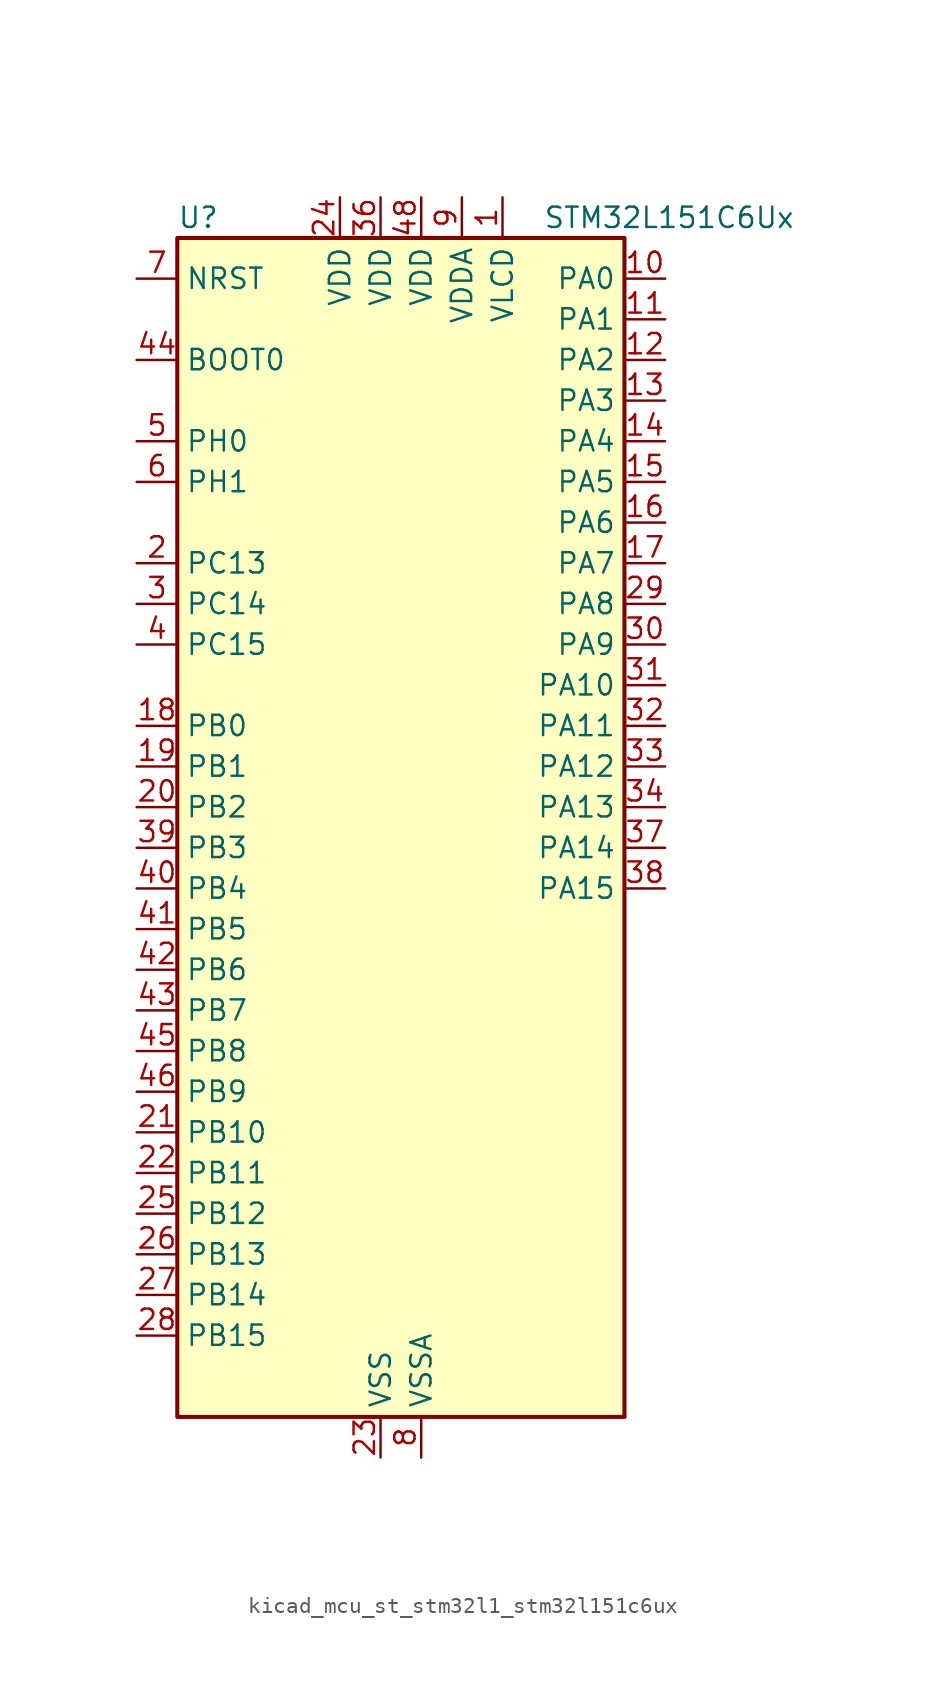
<source format=kicad_sym>
(kicad_symbol_lib
  (version 20220914)
  (generator kicad_symbol_editor)
  (symbol "kicad_mcu_st_stm32l1_stm32l151c6ux"
    (property "Reference" "U"
      (at -12.7 39.37 0)
      (effects (font (size 1.27 1.27)) (justify left)))
    (property "Value" "STM32L151C6Ux"
      (at 10.16 39.37 0)
      (effects (font (size 1.27 1.27)) (justify left)))
    (property "ki_locked" ""
      (at 0 0 0)
      (effects (font (size 1.27 1.27))))
    (symbol "kicad_mcu_st_stm32l1_stm32l151c6ux_0_1"
      (rectangle (start -12.7 -35.56) (end 15.24 38.1) (stroke (width 0.254) (type default)) (fill (type background))))
    (symbol "kicad_mcu_st_stm32l1_stm32l151c6ux_1_1"
      (pin power_in line (at 7.62 40.64 270) (length 2.54) (name "VLCD" (effects (font (size 1.27 1.27)))) (number "1" (effects (font (size 1.27 1.27)))))
      (pin bidirectional line (at 17.78 35.56 180) (length 2.54) (name "PA0" (effects (font (size 1.27 1.27)))) (number "10" (effects (font (size 1.27 1.27)))) (alternate "ADC_IN0" bidirectional line) (alternate "COMP1_INP" bidirectional line) (alternate "SYS_WKUP1" bidirectional line) (alternate "TIM2_CH1" bidirectional line) (alternate "TIM2_ETR" bidirectional line) (alternate "TIMX_IC1" bidirectional line) (alternate "TS_G1_IO1" bidirectional line) (alternate "USART2_CTS" bidirectional line))
      (pin bidirectional line (at 17.78 33.02 180) (length 2.54) (name "PA1" (effects (font (size 1.27 1.27)))) (number "11" (effects (font (size 1.27 1.27)))) (alternate "ADC_IN1" bidirectional line) (alternate "COMP1_INP" bidirectional line) (alternate "TIM2_CH2" bidirectional line) (alternate "TIMX_IC2" bidirectional line) (alternate "TS_G1_IO2" bidirectional line) (alternate "USART2_RTS" bidirectional line))
      (pin bidirectional line (at 17.78 30.48 180) (length 2.54) (name "PA2" (effects (font (size 1.27 1.27)))) (number "12" (effects (font (size 1.27 1.27)))) (alternate "ADC_IN2" bidirectional line) (alternate "COMP1_INP" bidirectional line) (alternate "TIM2_CH3" bidirectional line) (alternate "TIM9_CH1" bidirectional line) (alternate "TIMX_IC3" bidirectional line) (alternate "TS_G1_IO3" bidirectional line) (alternate "USART2_TX" bidirectional line))
      (pin bidirectional line (at 17.78 27.94 180) (length 2.54) (name "PA3" (effects (font (size 1.27 1.27)))) (number "13" (effects (font (size 1.27 1.27)))) (alternate "ADC_IN3" bidirectional line) (alternate "COMP1_INP" bidirectional line) (alternate "TIM2_CH4" bidirectional line) (alternate "TIM9_CH2" bidirectional line) (alternate "TIMX_IC4" bidirectional line) (alternate "TS_G1_IO4" bidirectional line) (alternate "USART2_RX" bidirectional line))
      (pin bidirectional line (at 17.78 25.4 180) (length 2.54) (name "PA4" (effects (font (size 1.27 1.27)))) (number "14" (effects (font (size 1.27 1.27)))) (alternate "ADC_IN4" bidirectional line) (alternate "COMP1_INP" bidirectional line) (alternate "DAC_OUT1" bidirectional line) (alternate "SPI1_NSS" bidirectional line) (alternate "TIMX_IC1" bidirectional line) (alternate "USART2_CK" bidirectional line))
      (pin bidirectional line (at 17.78 22.86 180) (length 2.54) (name "PA5" (effects (font (size 1.27 1.27)))) (number "15" (effects (font (size 1.27 1.27)))) (alternate "ADC_IN5" bidirectional line) (alternate "COMP1_INP" bidirectional line) (alternate "DAC_OUT2" bidirectional line) (alternate "SPI1_SCK" bidirectional line) (alternate "TIM2_CH1" bidirectional line) (alternate "TIM2_ETR" bidirectional line) (alternate "TIMX_IC2" bidirectional line))
      (pin bidirectional line (at 17.78 20.32 180) (length 2.54) (name "PA6" (effects (font (size 1.27 1.27)))) (number "16" (effects (font (size 1.27 1.27)))) (alternate "ADC_IN6" bidirectional line) (alternate "COMP1_INP" bidirectional line) (alternate "SPI1_MISO" bidirectional line) (alternate "TIM10_CH1" bidirectional line) (alternate "TIM3_CH1" bidirectional line) (alternate "TIMX_IC3" bidirectional line) (alternate "TS_G2_IO1" bidirectional line))
      (pin bidirectional line (at 17.78 17.78 180) (length 2.54) (name "PA7" (effects (font (size 1.27 1.27)))) (number "17" (effects (font (size 1.27 1.27)))) (alternate "ADC_IN7" bidirectional line) (alternate "COMP1_INP" bidirectional line) (alternate "SPI1_MOSI" bidirectional line) (alternate "TIM11_CH1" bidirectional line) (alternate "TIM3_CH2" bidirectional line) (alternate "TIMX_IC4" bidirectional line) (alternate "TS_G2_IO2" bidirectional line))
      (pin bidirectional line (at -15.24 7.62 0) (length 2.54) (name "PB0" (effects (font (size 1.27 1.27)))) (number "18" (effects (font (size 1.27 1.27)))) (alternate "ADC_IN8" bidirectional line) (alternate "COMP1_INP" bidirectional line) (alternate "SYS_V_REF_OUT" bidirectional line) (alternate "TIM3_CH3" bidirectional line) (alternate "TS_G3_IO1" bidirectional line))
      (pin bidirectional line (at -15.24 5.08 0) (length 2.54) (name "PB1" (effects (font (size 1.27 1.27)))) (number "19" (effects (font (size 1.27 1.27)))) (alternate "ADC_IN9" bidirectional line) (alternate "COMP1_INP" bidirectional line) (alternate "SYS_V_REF_OUT" bidirectional line) (alternate "TIM3_CH4" bidirectional line) (alternate "TS_G3_IO2" bidirectional line))
      (pin bidirectional line (at -15.24 17.78 0) (length 2.54) (name "PC13" (effects (font (size 1.27 1.27)))) (number "2" (effects (font (size 1.27 1.27)))) (alternate "RTC_OUT_ALARM" bidirectional line) (alternate "RTC_OUT_CALIB" bidirectional line) (alternate "RTC_TAMP1" bidirectional line) (alternate "RTC_TS" bidirectional line) (alternate "SYS_WKUP2" bidirectional line) (alternate "TIMX_IC2" bidirectional line))
      (pin bidirectional line (at -15.24 2.54 0) (length 2.54) (name "PB2" (effects (font (size 1.27 1.27)))) (number "20" (effects (font (size 1.27 1.27)))))
      (pin bidirectional line (at -15.24 -17.78 0) (length 2.54) (name "PB10" (effects (font (size 1.27 1.27)))) (number "21" (effects (font (size 1.27 1.27)))) (alternate "I2C2_SCL" bidirectional line) (alternate "TIM2_CH3" bidirectional line) (alternate "USART3_TX" bidirectional line))
      (pin bidirectional line (at -15.24 -20.32 0) (length 2.54) (name "PB11" (effects (font (size 1.27 1.27)))) (number "22" (effects (font (size 1.27 1.27)))) (alternate "ADC_EXTI11" bidirectional line) (alternate "I2C2_SDA" bidirectional line) (alternate "TIM2_CH4" bidirectional line) (alternate "USART3_RX" bidirectional line))
      (pin power_in line (at 0 -38.1 90) (length 2.54) (name "VSS" (effects (font (size 1.27 1.27)))) (number "23" (effects (font (size 1.27 1.27)))))
      (pin power_in line (at -2.54 40.64 270) (length 2.54) (name "VDD" (effects (font (size 1.27 1.27)))) (number "24" (effects (font (size 1.27 1.27)))))
      (pin bidirectional line (at -15.24 -22.86 0) (length 2.54) (name "PB12" (effects (font (size 1.27 1.27)))) (number "25" (effects (font (size 1.27 1.27)))) (alternate "ADC_IN18" bidirectional line) (alternate "COMP1_INP" bidirectional line) (alternate "I2C2_SMBA" bidirectional line) (alternate "SPI2_NSS" bidirectional line) (alternate "TIM10_CH1" bidirectional line) (alternate "TS_G7_IO1" bidirectional line) (alternate "USART3_CK" bidirectional line))
      (pin bidirectional line (at -15.24 -25.4 0) (length 2.54) (name "PB13" (effects (font (size 1.27 1.27)))) (number "26" (effects (font (size 1.27 1.27)))) (alternate "ADC_IN19" bidirectional line) (alternate "COMP1_INP" bidirectional line) (alternate "SPI2_SCK" bidirectional line) (alternate "TIM9_CH1" bidirectional line) (alternate "TS_G7_IO2" bidirectional line) (alternate "USART3_CTS" bidirectional line))
      (pin bidirectional line (at -15.24 -27.94 0) (length 2.54) (name "PB14" (effects (font (size 1.27 1.27)))) (number "27" (effects (font (size 1.27 1.27)))) (alternate "ADC_IN20" bidirectional line) (alternate "COMP1_INP" bidirectional line) (alternate "SPI2_MISO" bidirectional line) (alternate "TIM9_CH2" bidirectional line) (alternate "TS_G7_IO3" bidirectional line) (alternate "USART3_RTS" bidirectional line))
      (pin bidirectional line (at -15.24 -30.48 0) (length 2.54) (name "PB15" (effects (font (size 1.27 1.27)))) (number "28" (effects (font (size 1.27 1.27)))) (alternate "ADC_EXTI15" bidirectional line) (alternate "ADC_IN21" bidirectional line) (alternate "COMP1_INP" bidirectional line) (alternate "RTC_REFIN" bidirectional line) (alternate "SPI2_MOSI" bidirectional line) (alternate "TIM11_CH1" bidirectional line) (alternate "TS_G7_IO4" bidirectional line))
      (pin bidirectional line (at 17.78 15.24 180) (length 2.54) (name "PA8" (effects (font (size 1.27 1.27)))) (number "29" (effects (font (size 1.27 1.27)))) (alternate "RCC_MCO" bidirectional line) (alternate "TIMX_IC1" bidirectional line) (alternate "TS_G4_IO1" bidirectional line) (alternate "USART1_CK" bidirectional line))
      (pin bidirectional line (at -15.24 15.24 0) (length 2.54) (name "PC14" (effects (font (size 1.27 1.27)))) (number "3" (effects (font (size 1.27 1.27)))) (alternate "RCC_OSC32_IN" bidirectional line) (alternate "TIMX_IC3" bidirectional line))
      (pin bidirectional line (at 17.78 12.7 180) (length 2.54) (name "PA9" (effects (font (size 1.27 1.27)))) (number "30" (effects (font (size 1.27 1.27)))) (alternate "DAC_EXTI9" bidirectional line) (alternate "TIMX_IC2" bidirectional line) (alternate "TS_G4_IO2" bidirectional line) (alternate "USART1_TX" bidirectional line))
      (pin bidirectional line (at 17.78 10.16 180) (length 2.54) (name "PA10" (effects (font (size 1.27 1.27)))) (number "31" (effects (font (size 1.27 1.27)))) (alternate "TIMX_IC3" bidirectional line) (alternate "TS_G4_IO3" bidirectional line) (alternate "USART1_RX" bidirectional line))
      (pin bidirectional line (at 17.78 7.62 180) (length 2.54) (name "PA11" (effects (font (size 1.27 1.27)))) (number "32" (effects (font (size 1.27 1.27)))) (alternate "ADC_EXTI11" bidirectional line) (alternate "SPI1_MISO" bidirectional line) (alternate "TIMX_IC4" bidirectional line) (alternate "USART1_CTS" bidirectional line) (alternate "USB_DM" bidirectional line))
      (pin bidirectional line (at 17.78 5.08 180) (length 2.54) (name "PA12" (effects (font (size 1.27 1.27)))) (number "33" (effects (font (size 1.27 1.27)))) (alternate "SPI1_MOSI" bidirectional line) (alternate "TIMX_IC1" bidirectional line) (alternate "USART1_RTS" bidirectional line) (alternate "USB_DP" bidirectional line))
      (pin bidirectional line (at 17.78 2.54 180) (length 2.54) (name "PA13" (effects (font (size 1.27 1.27)))) (number "34" (effects (font (size 1.27 1.27)))) (alternate "SYS_JTMS-SWDIO" bidirectional line) (alternate "TIMX_IC2" bidirectional line) (alternate "TS_G5_IO1" bidirectional line))
      (pin passive line (at 0 -38.1 90) (length 2.54) hide (name "VSS" (effects (font (size 1.27 1.27)))) (number "35" (effects (font (size 1.27 1.27)))))
      (pin power_in line (at 0 40.64 270) (length 2.54) (name "VDD" (effects (font (size 1.27 1.27)))) (number "36" (effects (font (size 1.27 1.27)))))
      (pin bidirectional line (at 17.78 0 180) (length 2.54) (name "PA14" (effects (font (size 1.27 1.27)))) (number "37" (effects (font (size 1.27 1.27)))) (alternate "SYS_JTCK-SWCLK" bidirectional line) (alternate "TIMX_IC3" bidirectional line) (alternate "TS_G5_IO2" bidirectional line))
      (pin bidirectional line (at 17.78 -2.54 180) (length 2.54) (name "PA15" (effects (font (size 1.27 1.27)))) (number "38" (effects (font (size 1.27 1.27)))) (alternate "ADC_EXTI15" bidirectional line) (alternate "SPI1_NSS" bidirectional line) (alternate "SYS_JTDI" bidirectional line) (alternate "TIM2_CH1" bidirectional line) (alternate "TIM2_ETR" bidirectional line) (alternate "TIMX_IC4" bidirectional line) (alternate "TS_G5_IO3" bidirectional line))
      (pin bidirectional line (at -15.24 0 0) (length 2.54) (name "PB3" (effects (font (size 1.27 1.27)))) (number "39" (effects (font (size 1.27 1.27)))) (alternate "COMP2_INM" bidirectional line) (alternate "SPI1_SCK" bidirectional line) (alternate "SYS_JTDO-TRACESWO" bidirectional line) (alternate "TIM2_CH2" bidirectional line))
      (pin bidirectional line (at -15.24 12.7 0) (length 2.54) (name "PC15" (effects (font (size 1.27 1.27)))) (number "4" (effects (font (size 1.27 1.27)))) (alternate "ADC_EXTI15" bidirectional line) (alternate "RCC_OSC32_OUT" bidirectional line) (alternate "TIMX_IC4" bidirectional line))
      (pin bidirectional line (at -15.24 -2.54 0) (length 2.54) (name "PB4" (effects (font (size 1.27 1.27)))) (number "40" (effects (font (size 1.27 1.27)))) (alternate "COMP2_INP" bidirectional line) (alternate "SPI1_MISO" bidirectional line) (alternate "SYS_JTRST" bidirectional line) (alternate "TIM3_CH1" bidirectional line) (alternate "TS_G6_IO1" bidirectional line))
      (pin bidirectional line (at -15.24 -5.08 0) (length 2.54) (name "PB5" (effects (font (size 1.27 1.27)))) (number "41" (effects (font (size 1.27 1.27)))) (alternate "COMP2_INP" bidirectional line) (alternate "I2C1_SMBA" bidirectional line) (alternate "SPI1_MOSI" bidirectional line) (alternate "TIM3_CH2" bidirectional line) (alternate "TS_G6_IO2" bidirectional line))
      (pin bidirectional line (at -15.24 -7.62 0) (length 2.54) (name "PB6" (effects (font (size 1.27 1.27)))) (number "42" (effects (font (size 1.27 1.27)))) (alternate "I2C1_SCL" bidirectional line) (alternate "TIM4_CH1" bidirectional line) (alternate "USART1_TX" bidirectional line))
      (pin bidirectional line (at -15.24 -10.16 0) (length 2.54) (name "PB7" (effects (font (size 1.27 1.27)))) (number "43" (effects (font (size 1.27 1.27)))) (alternate "I2C1_SDA" bidirectional line) (alternate "SYS_PVD_IN" bidirectional line) (alternate "TIM4_CH2" bidirectional line) (alternate "USART1_RX" bidirectional line))
      (pin input line (at -15.24 30.48 0) (length 2.54) (name "BOOT0" (effects (font (size 1.27 1.27)))) (number "44" (effects (font (size 1.27 1.27)))))
      (pin bidirectional line (at -15.24 -12.7 0) (length 2.54) (name "PB8" (effects (font (size 1.27 1.27)))) (number "45" (effects (font (size 1.27 1.27)))) (alternate "I2C1_SCL" bidirectional line) (alternate "TIM10_CH1" bidirectional line) (alternate "TIM4_CH3" bidirectional line))
      (pin bidirectional line (at -15.24 -15.24 0) (length 2.54) (name "PB9" (effects (font (size 1.27 1.27)))) (number "46" (effects (font (size 1.27 1.27)))) (alternate "DAC_EXTI9" bidirectional line) (alternate "I2C1_SDA" bidirectional line) (alternate "TIM11_CH1" bidirectional line) (alternate "TIM4_CH4" bidirectional line))
      (pin passive line (at 0 -38.1 90) (length 2.54) hide (name "VSS" (effects (font (size 1.27 1.27)))) (number "47" (effects (font (size 1.27 1.27)))))
      (pin power_in line (at 2.54 40.64 270) (length 2.54) (name "VDD" (effects (font (size 1.27 1.27)))) (number "48" (effects (font (size 1.27 1.27)))))
      (pin passive line (at 0 -38.1 90) (length 2.54) hide (name "VSS" (effects (font (size 1.27 1.27)))) (number "49" (effects (font (size 1.27 1.27)))))
      (pin bidirectional line (at -15.24 25.4 0) (length 2.54) (name "PH0" (effects (font (size 1.27 1.27)))) (number "5" (effects (font (size 1.27 1.27)))) (alternate "RCC_OSC_IN" bidirectional line))
      (pin bidirectional line (at -15.24 22.86 0) (length 2.54) (name "PH1" (effects (font (size 1.27 1.27)))) (number "6" (effects (font (size 1.27 1.27)))) (alternate "RCC_OSC_OUT" bidirectional line))
      (pin input line (at -15.24 35.56 0) (length 2.54) (name "NRST" (effects (font (size 1.27 1.27)))) (number "7" (effects (font (size 1.27 1.27)))))
      (pin power_in line (at 2.54 -38.1 90) (length 2.54) (name "VSSA" (effects (font (size 1.27 1.27)))) (number "8" (effects (font (size 1.27 1.27)))))
      (pin power_in line (at 5.08 40.64 270) (length 2.54) (name "VDDA" (effects (font (size 1.27 1.27)))) (number "9" (effects (font (size 1.27 1.27))))))))
</source>
